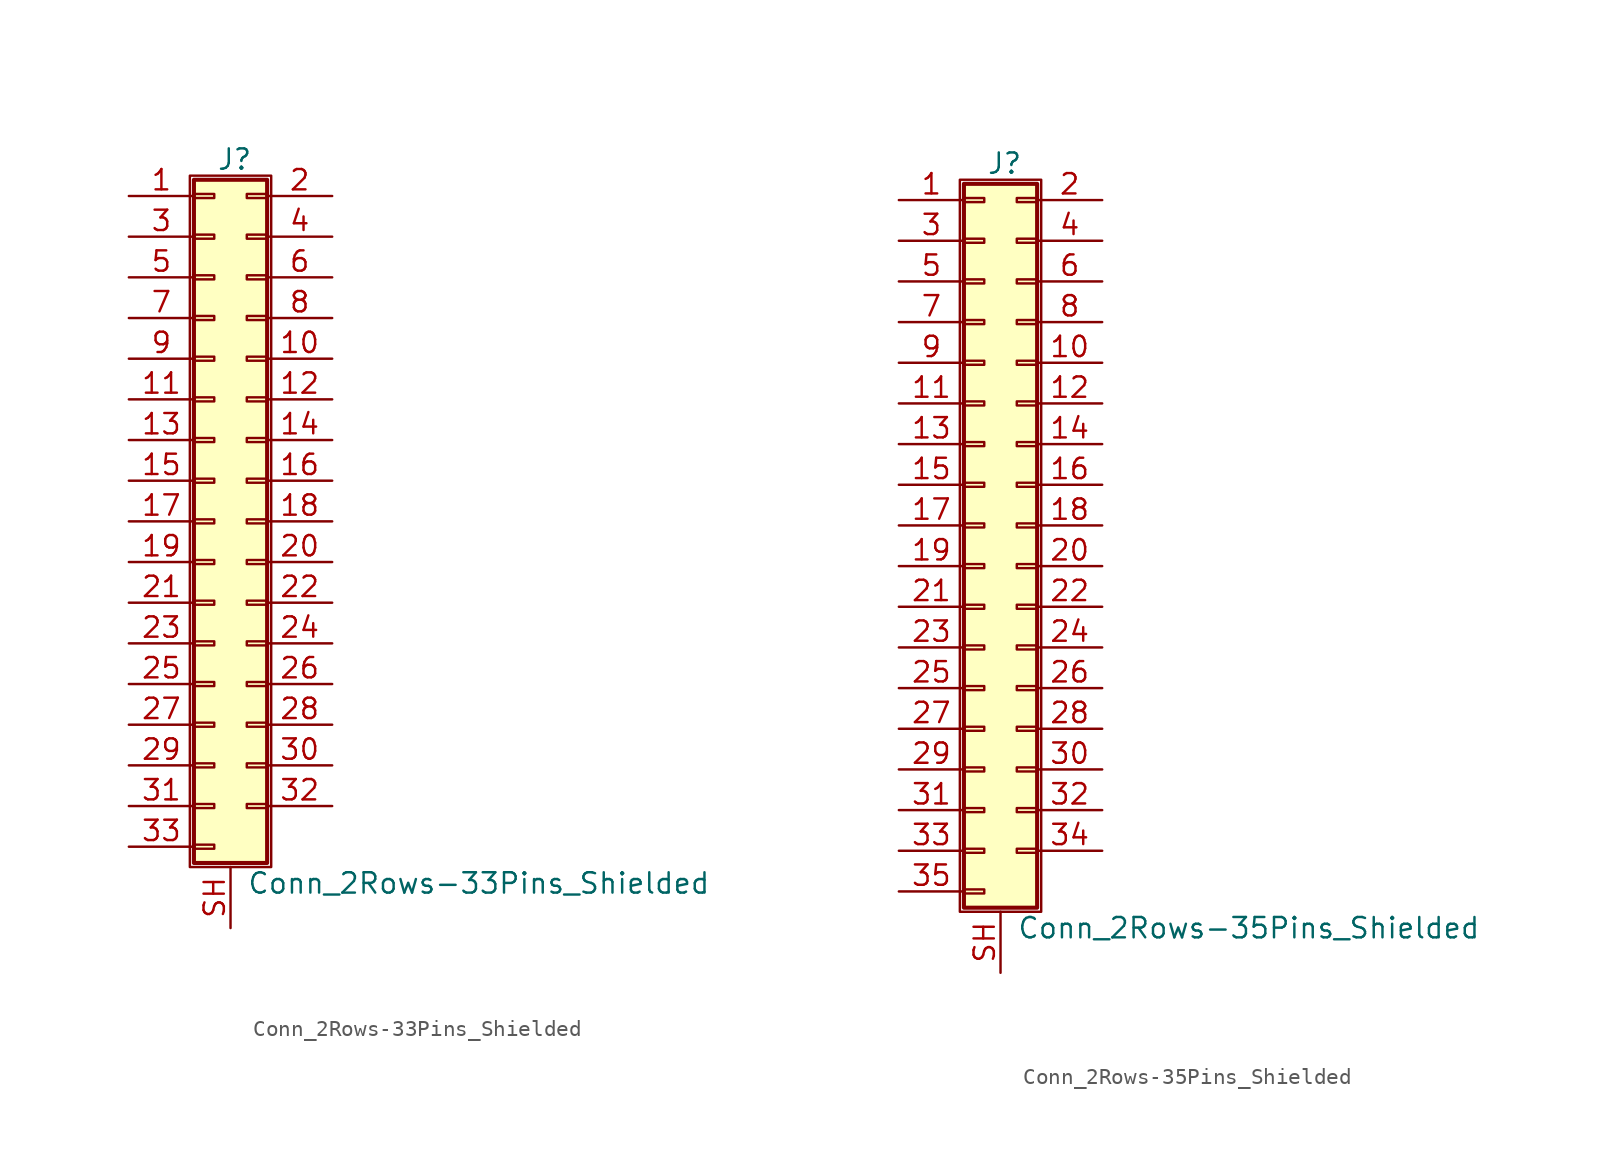
<source format=kicad_sym>
(kicad_symbol_lib
  (version 20200908)
  (generator kicad_symbol_editor)
  (symbol "Connector_Generic_Shielded:Conn_2Rows-33Pins_Shielded"
    (pin_names
      (offset 1.016) hide)
    (property "Reference" "J"
      (at 1.524 22.606 0)
      (effects (font (size 1.27 1.27))))
    (property "Value" "Conn_2Rows-33Pins_Shielded"
      (at 2.286 -22.606 0)
      (effects (font (size 1.27 1.27)) (justify left)))
    (symbol "Conn_2Rows-33Pins_Shielded_1_1"
      (rectangle (start -1.016 -4.953) (end 0.254 -5.207) (stroke (width 0.152)) (fill (type none)))
      (rectangle (start -1.016 -7.493) (end 0.254 -7.747) (stroke (width 0.152)) (fill (type none)))
      (rectangle (start -1.016 -10.033) (end 0.254 -10.287) (stroke (width 0.152)) (fill (type none)))
      (rectangle (start -1.016 -12.573) (end 0.254 -12.827) (stroke (width 0.152)) (fill (type none)))
      (rectangle (start -1.016 -15.113) (end 0.254 -15.367) (stroke (width 0.152)) (fill (type none)))
      (rectangle (start -1.016 -17.653) (end 0.254 -17.907) (stroke (width 0.152)) (fill (type none)))
      (rectangle (start -1.016 -20.193) (end 0.254 -20.447) (stroke (width 0.152)) (fill (type none)))
      (rectangle (start -1.016 -2.413) (end 0.254 -2.667) (stroke (width 0.152)) (fill (type none)))
      (rectangle (start -1.016 2.667) (end 0.254 2.413) (stroke (width 0.152)) (fill (type none)))
      (rectangle (start -1.016 5.207) (end 0.254 4.953) (stroke (width 0.152)) (fill (type none)))
      (rectangle (start -1.016 7.747) (end 0.254 7.493) (stroke (width 0.152)) (fill (type none)))
      (rectangle (start -1.016 10.287) (end 0.254 10.033) (stroke (width 0.152)) (fill (type none)))
      (rectangle (start -1.016 0.127) (end 0.254 -0.127) (stroke (width 0.152)) (fill (type none)))
      (rectangle (start -1.016 12.827) (end 0.254 12.573) (stroke (width 0.152)) (fill (type none)))
      (rectangle (start -1.016 15.367) (end 0.254 15.113) (stroke (width 0.152)) (fill (type none)))
      (rectangle (start -1.016 17.907) (end 0.254 17.653) (stroke (width 0.152)) (fill (type none)))
      (rectangle (start -1.016 20.447) (end 0.254 20.193) (stroke (width 0.152)) (fill (type none)))
      (rectangle (start -1.016 21.336) (end 3.556 -21.336) (stroke (width 0.254)) (fill (type background)))
      (rectangle (start -1.27 21.59) (end 3.81 -21.59) (stroke (width 0.152)) (fill (type none)))
      (rectangle (start 3.556 -4.953) (end 2.286 -5.207) (stroke (width 0.152)) (fill (type none)))
      (rectangle (start 3.556 -7.493) (end 2.286 -7.747) (stroke (width 0.152)) (fill (type none)))
      (rectangle (start 3.556 -10.033) (end 2.286 -10.287) (stroke (width 0.152)) (fill (type none)))
      (rectangle (start 3.556 -12.573) (end 2.286 -12.827) (stroke (width 0.152)) (fill (type none)))
      (rectangle (start 3.556 -15.113) (end 2.286 -15.367) (stroke (width 0.152)) (fill (type none)))
      (rectangle (start 3.556 -17.653) (end 2.286 -17.907) (stroke (width 0.152)) (fill (type none)))
      (rectangle (start 3.556 -2.413) (end 2.286 -2.667) (stroke (width 0.152)) (fill (type none)))
      (rectangle (start 3.556 2.667) (end 2.286 2.413) (stroke (width 0.152)) (fill (type none)))
      (rectangle (start 3.556 5.207) (end 2.286 4.953) (stroke (width 0.152)) (fill (type none)))
      (rectangle (start 3.556 7.747) (end 2.286 7.493) (stroke (width 0.152)) (fill (type none)))
      (rectangle (start 3.556 10.287) (end 2.286 10.033) (stroke (width 0.152)) (fill (type none)))
      (rectangle (start 3.556 0.127) (end 2.286 -0.127) (stroke (width 0.152)) (fill (type none)))
      (rectangle (start 3.556 12.827) (end 2.286 12.573) (stroke (width 0.152)) (fill (type none)))
      (rectangle (start 3.556 15.367) (end 2.286 15.113) (stroke (width 0.152)) (fill (type none)))
      (rectangle (start 3.556 17.907) (end 2.286 17.653) (stroke (width 0.152)) (fill (type none)))
      (rectangle (start 3.556 20.447) (end 2.286 20.193) (stroke (width 0.152)) (fill (type none)))
      (pin passive line (at -5.08 20.32 0) (length 4.064) (name "Pin_1" (effects (font (size 1.27 1.27)))) (number "1" (effects (font (size 1.27 1.27)))))
      (pin passive line (at 7.62 10.16 180) (length 4.064) (name "Pin_10" (effects (font (size 1.27 1.27)))) (number "10" (effects (font (size 1.27 1.27)))))
      (pin passive line (at -5.08 7.62 0) (length 4.064) (name "Pin_11" (effects (font (size 1.27 1.27)))) (number "11" (effects (font (size 1.27 1.27)))))
      (pin passive line (at 7.62 7.62 180) (length 4.064) (name "Pin_12" (effects (font (size 1.27 1.27)))) (number "12" (effects (font (size 1.27 1.27)))))
      (pin passive line (at -5.08 5.08 0) (length 4.064) (name "Pin_13" (effects (font (size 1.27 1.27)))) (number "13" (effects (font (size 1.27 1.27)))))
      (pin passive line (at 7.62 5.08 180) (length 4.064) (name "Pin_14" (effects (font (size 1.27 1.27)))) (number "14" (effects (font (size 1.27 1.27)))))
      (pin passive line (at -5.08 2.54 0) (length 4.064) (name "Pin_15" (effects (font (size 1.27 1.27)))) (number "15" (effects (font (size 1.27 1.27)))))
      (pin passive line (at 7.62 2.54 180) (length 4.064) (name "Pin_16" (effects (font (size 1.27 1.27)))) (number "16" (effects (font (size 1.27 1.27)))))
      (pin passive line (at -5.08 0 0) (length 4.064) (name "Pin_17" (effects (font (size 1.27 1.27)))) (number "17" (effects (font (size 1.27 1.27)))))
      (pin passive line (at 7.62 0 180) (length 4.064) (name "Pin_18" (effects (font (size 1.27 1.27)))) (number "18" (effects (font (size 1.27 1.27)))))
      (pin passive line (at -5.08 -2.54 0) (length 4.064) (name "Pin_19" (effects (font (size 1.27 1.27)))) (number "19" (effects (font (size 1.27 1.27)))))
      (pin passive line (at 7.62 20.32 180) (length 4.064) (name "Pin_2" (effects (font (size 1.27 1.27)))) (number "2" (effects (font (size 1.27 1.27)))))
      (pin passive line (at 7.62 -2.54 180) (length 4.064) (name "Pin_20" (effects (font (size 1.27 1.27)))) (number "20" (effects (font (size 1.27 1.27)))))
      (pin passive line (at -5.08 -5.08 0) (length 4.064) (name "Pin_21" (effects (font (size 1.27 1.27)))) (number "21" (effects (font (size 1.27 1.27)))))
      (pin passive line (at 7.62 -5.08 180) (length 4.064) (name "Pin_22" (effects (font (size 1.27 1.27)))) (number "22" (effects (font (size 1.27 1.27)))))
      (pin passive line (at -5.08 -7.62 0) (length 4.064) (name "Pin_23" (effects (font (size 1.27 1.27)))) (number "23" (effects (font (size 1.27 1.27)))))
      (pin passive line (at 7.62 -7.62 180) (length 4.064) (name "Pin_24" (effects (font (size 1.27 1.27)))) (number "24" (effects (font (size 1.27 1.27)))))
      (pin passive line (at -5.08 -10.16 0) (length 4.064) (name "Pin_25" (effects (font (size 1.27 1.27)))) (number "25" (effects (font (size 1.27 1.27)))))
      (pin passive line (at 7.62 -10.16 180) (length 4.064) (name "Pin_26" (effects (font (size 1.27 1.27)))) (number "26" (effects (font (size 1.27 1.27)))))
      (pin passive line (at -5.08 -12.7 0) (length 4.064) (name "Pin_27" (effects (font (size 1.27 1.27)))) (number "27" (effects (font (size 1.27 1.27)))))
      (pin passive line (at 7.62 -12.7 180) (length 4.064) (name "Pin_28" (effects (font (size 1.27 1.27)))) (number "28" (effects (font (size 1.27 1.27)))))
      (pin passive line (at -5.08 -15.24 0) (length 4.064) (name "Pin_29" (effects (font (size 1.27 1.27)))) (number "29" (effects (font (size 1.27 1.27)))))
      (pin passive line (at -5.08 17.78 0) (length 4.064) (name "Pin_3" (effects (font (size 1.27 1.27)))) (number "3" (effects (font (size 1.27 1.27)))))
      (pin passive line (at 7.62 -15.24 180) (length 4.064) (name "Pin_30" (effects (font (size 1.27 1.27)))) (number "30" (effects (font (size 1.27 1.27)))))
      (pin passive line (at -5.08 -17.78 0) (length 4.064) (name "Pin_31" (effects (font (size 1.27 1.27)))) (number "31" (effects (font (size 1.27 1.27)))))
      (pin passive line (at 7.62 -17.78 180) (length 4.064) (name "Pin_32" (effects (font (size 1.27 1.27)))) (number "32" (effects (font (size 1.27 1.27)))))
      (pin passive line (at -5.08 -20.32 0) (length 4.064) (name "Pin_33" (effects (font (size 1.27 1.27)))) (number "33" (effects (font (size 1.27 1.27)))))
      (pin passive line (at 7.62 17.78 180) (length 4.064) (name "Pin_4" (effects (font (size 1.27 1.27)))) (number "4" (effects (font (size 1.27 1.27)))))
      (pin passive line (at -5.08 15.24 0) (length 4.064) (name "Pin_5" (effects (font (size 1.27 1.27)))) (number "5" (effects (font (size 1.27 1.27)))))
      (pin passive line (at 7.62 15.24 180) (length 4.064) (name "Pin_6" (effects (font (size 1.27 1.27)))) (number "6" (effects (font (size 1.27 1.27)))))
      (pin passive line (at -5.08 12.7 0) (length 4.064) (name "Pin_7" (effects (font (size 1.27 1.27)))) (number "7" (effects (font (size 1.27 1.27)))))
      (pin passive line (at 7.62 12.7 180) (length 4.064) (name "Pin_8" (effects (font (size 1.27 1.27)))) (number "8" (effects (font (size 1.27 1.27)))))
      (pin passive line (at -5.08 10.16 0) (length 4.064) (name "Pin_9" (effects (font (size 1.27 1.27)))) (number "9" (effects (font (size 1.27 1.27)))))
      (pin passive line (at 1.27 -25.4 90) (length 3.81) (name "Shield" (effects (font (size 1.27 1.27)))) (number "SH" (effects (font (size 1.27 1.27)))))))
  (symbol "Connector_Generic_Shielded:Conn_2Rows-35Pins_Shielded"
    (pin_names
      (offset 1.016) hide)
    (property "Reference" "J"
      (at 1.524 22.606 0)
      (effects (font (size 1.27 1.27))))
    (property "Value" "Conn_2Rows-35Pins_Shielded"
      (at 2.286 -25.146 0)
      (effects (font (size 1.27 1.27)) (justify left)))
    (symbol "Conn_2Rows-35Pins_Shielded_1_1"
      (rectangle (start -1.016 -4.953) (end 0.254 -5.207) (stroke (width 0.152)) (fill (type none)))
      (rectangle (start -1.016 -7.493) (end 0.254 -7.747) (stroke (width 0.152)) (fill (type none)))
      (rectangle (start -1.016 -10.033) (end 0.254 -10.287) (stroke (width 0.152)) (fill (type none)))
      (rectangle (start -1.016 -12.573) (end 0.254 -12.827) (stroke (width 0.152)) (fill (type none)))
      (rectangle (start -1.016 -15.113) (end 0.254 -15.367) (stroke (width 0.152)) (fill (type none)))
      (rectangle (start -1.016 -17.653) (end 0.254 -17.907) (stroke (width 0.152)) (fill (type none)))
      (rectangle (start -1.016 -20.193) (end 0.254 -20.447) (stroke (width 0.152)) (fill (type none)))
      (rectangle (start -1.016 -22.733) (end 0.254 -22.987) (stroke (width 0.152)) (fill (type none)))
      (rectangle (start -1.016 -2.413) (end 0.254 -2.667) (stroke (width 0.152)) (fill (type none)))
      (rectangle (start -1.016 2.667) (end 0.254 2.413) (stroke (width 0.152)) (fill (type none)))
      (rectangle (start -1.016 5.207) (end 0.254 4.953) (stroke (width 0.152)) (fill (type none)))
      (rectangle (start -1.016 7.747) (end 0.254 7.493) (stroke (width 0.152)) (fill (type none)))
      (rectangle (start -1.016 10.287) (end 0.254 10.033) (stroke (width 0.152)) (fill (type none)))
      (rectangle (start -1.016 0.127) (end 0.254 -0.127) (stroke (width 0.152)) (fill (type none)))
      (rectangle (start -1.016 12.827) (end 0.254 12.573) (stroke (width 0.152)) (fill (type none)))
      (rectangle (start -1.016 15.367) (end 0.254 15.113) (stroke (width 0.152)) (fill (type none)))
      (rectangle (start -1.016 17.907) (end 0.254 17.653) (stroke (width 0.152)) (fill (type none)))
      (rectangle (start -1.016 20.447) (end 0.254 20.193) (stroke (width 0.152)) (fill (type none)))
      (rectangle (start -1.016 21.336) (end 3.556 -23.876) (stroke (width 0.254)) (fill (type background)))
      (rectangle (start -1.27 21.59) (end 3.81 -24.13) (stroke (width 0.152)) (fill (type none)))
      (rectangle (start 3.556 -4.953) (end 2.286 -5.207) (stroke (width 0.152)) (fill (type none)))
      (rectangle (start 3.556 -7.493) (end 2.286 -7.747) (stroke (width 0.152)) (fill (type none)))
      (rectangle (start 3.556 -10.033) (end 2.286 -10.287) (stroke (width 0.152)) (fill (type none)))
      (rectangle (start 3.556 -12.573) (end 2.286 -12.827) (stroke (width 0.152)) (fill (type none)))
      (rectangle (start 3.556 -15.113) (end 2.286 -15.367) (stroke (width 0.152)) (fill (type none)))
      (rectangle (start 3.556 -17.653) (end 2.286 -17.907) (stroke (width 0.152)) (fill (type none)))
      (rectangle (start 3.556 -20.193) (end 2.286 -20.447) (stroke (width 0.152)) (fill (type none)))
      (rectangle (start 3.556 -2.413) (end 2.286 -2.667) (stroke (width 0.152)) (fill (type none)))
      (rectangle (start 3.556 2.667) (end 2.286 2.413) (stroke (width 0.152)) (fill (type none)))
      (rectangle (start 3.556 5.207) (end 2.286 4.953) (stroke (width 0.152)) (fill (type none)))
      (rectangle (start 3.556 7.747) (end 2.286 7.493) (stroke (width 0.152)) (fill (type none)))
      (rectangle (start 3.556 10.287) (end 2.286 10.033) (stroke (width 0.152)) (fill (type none)))
      (rectangle (start 3.556 0.127) (end 2.286 -0.127) (stroke (width 0.152)) (fill (type none)))
      (rectangle (start 3.556 12.827) (end 2.286 12.573) (stroke (width 0.152)) (fill (type none)))
      (rectangle (start 3.556 15.367) (end 2.286 15.113) (stroke (width 0.152)) (fill (type none)))
      (rectangle (start 3.556 17.907) (end 2.286 17.653) (stroke (width 0.152)) (fill (type none)))
      (rectangle (start 3.556 20.447) (end 2.286 20.193) (stroke (width 0.152)) (fill (type none)))
      (pin passive line (at -5.08 20.32 0) (length 4.064) (name "Pin_1" (effects (font (size 1.27 1.27)))) (number "1" (effects (font (size 1.27 1.27)))))
      (pin passive line (at 7.62 10.16 180) (length 4.064) (name "Pin_10" (effects (font (size 1.27 1.27)))) (number "10" (effects (font (size 1.27 1.27)))))
      (pin passive line (at -5.08 7.62 0) (length 4.064) (name "Pin_11" (effects (font (size 1.27 1.27)))) (number "11" (effects (font (size 1.27 1.27)))))
      (pin passive line (at 7.62 7.62 180) (length 4.064) (name "Pin_12" (effects (font (size 1.27 1.27)))) (number "12" (effects (font (size 1.27 1.27)))))
      (pin passive line (at -5.08 5.08 0) (length 4.064) (name "Pin_13" (effects (font (size 1.27 1.27)))) (number "13" (effects (font (size 1.27 1.27)))))
      (pin passive line (at 7.62 5.08 180) (length 4.064) (name "Pin_14" (effects (font (size 1.27 1.27)))) (number "14" (effects (font (size 1.27 1.27)))))
      (pin passive line (at -5.08 2.54 0) (length 4.064) (name "Pin_15" (effects (font (size 1.27 1.27)))) (number "15" (effects (font (size 1.27 1.27)))))
      (pin passive line (at 7.62 2.54 180) (length 4.064) (name "Pin_16" (effects (font (size 1.27 1.27)))) (number "16" (effects (font (size 1.27 1.27)))))
      (pin passive line (at -5.08 0 0) (length 4.064) (name "Pin_17" (effects (font (size 1.27 1.27)))) (number "17" (effects (font (size 1.27 1.27)))))
      (pin passive line (at 7.62 0 180) (length 4.064) (name "Pin_18" (effects (font (size 1.27 1.27)))) (number "18" (effects (font (size 1.27 1.27)))))
      (pin passive line (at -5.08 -2.54 0) (length 4.064) (name "Pin_19" (effects (font (size 1.27 1.27)))) (number "19" (effects (font (size 1.27 1.27)))))
      (pin passive line (at 7.62 20.32 180) (length 4.064) (name "Pin_2" (effects (font (size 1.27 1.27)))) (number "2" (effects (font (size 1.27 1.27)))))
      (pin passive line (at 7.62 -2.54 180) (length 4.064) (name "Pin_20" (effects (font (size 1.27 1.27)))) (number "20" (effects (font (size 1.27 1.27)))))
      (pin passive line (at -5.08 -5.08 0) (length 4.064) (name "Pin_21" (effects (font (size 1.27 1.27)))) (number "21" (effects (font (size 1.27 1.27)))))
      (pin passive line (at 7.62 -5.08 180) (length 4.064) (name "Pin_22" (effects (font (size 1.27 1.27)))) (number "22" (effects (font (size 1.27 1.27)))))
      (pin passive line (at -5.08 -7.62 0) (length 4.064) (name "Pin_23" (effects (font (size 1.27 1.27)))) (number "23" (effects (font (size 1.27 1.27)))))
      (pin passive line (at 7.62 -7.62 180) (length 4.064) (name "Pin_24" (effects (font (size 1.27 1.27)))) (number "24" (effects (font (size 1.27 1.27)))))
      (pin passive line (at -5.08 -10.16 0) (length 4.064) (name "Pin_25" (effects (font (size 1.27 1.27)))) (number "25" (effects (font (size 1.27 1.27)))))
      (pin passive line (at 7.62 -10.16 180) (length 4.064) (name "Pin_26" (effects (font (size 1.27 1.27)))) (number "26" (effects (font (size 1.27 1.27)))))
      (pin passive line (at -5.08 -12.7 0) (length 4.064) (name "Pin_27" (effects (font (size 1.27 1.27)))) (number "27" (effects (font (size 1.27 1.27)))))
      (pin passive line (at 7.62 -12.7 180) (length 4.064) (name "Pin_28" (effects (font (size 1.27 1.27)))) (number "28" (effects (font (size 1.27 1.27)))))
      (pin passive line (at -5.08 -15.24 0) (length 4.064) (name "Pin_29" (effects (font (size 1.27 1.27)))) (number "29" (effects (font (size 1.27 1.27)))))
      (pin passive line (at -5.08 17.78 0) (length 4.064) (name "Pin_3" (effects (font (size 1.27 1.27)))) (number "3" (effects (font (size 1.27 1.27)))))
      (pin passive line (at 7.62 -15.24 180) (length 4.064) (name "Pin_30" (effects (font (size 1.27 1.27)))) (number "30" (effects (font (size 1.27 1.27)))))
      (pin passive line (at -5.08 -17.78 0) (length 4.064) (name "Pin_31" (effects (font (size 1.27 1.27)))) (number "31" (effects (font (size 1.27 1.27)))))
      (pin passive line (at 7.62 -17.78 180) (length 4.064) (name "Pin_32" (effects (font (size 1.27 1.27)))) (number "32" (effects (font (size 1.27 1.27)))))
      (pin passive line (at -5.08 -20.32 0) (length 4.064) (name "Pin_33" (effects (font (size 1.27 1.27)))) (number "33" (effects (font (size 1.27 1.27)))))
      (pin passive line (at 7.62 -20.32 180) (length 4.064) (name "Pin_34" (effects (font (size 1.27 1.27)))) (number "34" (effects (font (size 1.27 1.27)))))
      (pin passive line (at -5.08 -22.86 0) (length 4.064) (name "Pin_35" (effects (font (size 1.27 1.27)))) (number "35" (effects (font (size 1.27 1.27)))))
      (pin passive line (at 7.62 17.78 180) (length 4.064) (name "Pin_4" (effects (font (size 1.27 1.27)))) (number "4" (effects (font (size 1.27 1.27)))))
      (pin passive line (at -5.08 15.24 0) (length 4.064) (name "Pin_5" (effects (font (size 1.27 1.27)))) (number "5" (effects (font (size 1.27 1.27)))))
      (pin passive line (at 7.62 15.24 180) (length 4.064) (name "Pin_6" (effects (font (size 1.27 1.27)))) (number "6" (effects (font (size 1.27 1.27)))))
      (pin passive line (at -5.08 12.7 0) (length 4.064) (name "Pin_7" (effects (font (size 1.27 1.27)))) (number "7" (effects (font (size 1.27 1.27)))))
      (pin passive line (at 7.62 12.7 180) (length 4.064) (name "Pin_8" (effects (font (size 1.27 1.27)))) (number "8" (effects (font (size 1.27 1.27)))))
      (pin passive line (at -5.08 10.16 0) (length 4.064) (name "Pin_9" (effects (font (size 1.27 1.27)))) (number "9" (effects (font (size 1.27 1.27)))))
      (pin passive line (at 1.27 -27.94 90) (length 3.81) (name "Shield" (effects (font (size 1.27 1.27)))) (number "SH" (effects (font (size 1.27 1.27))))))))
</source>
